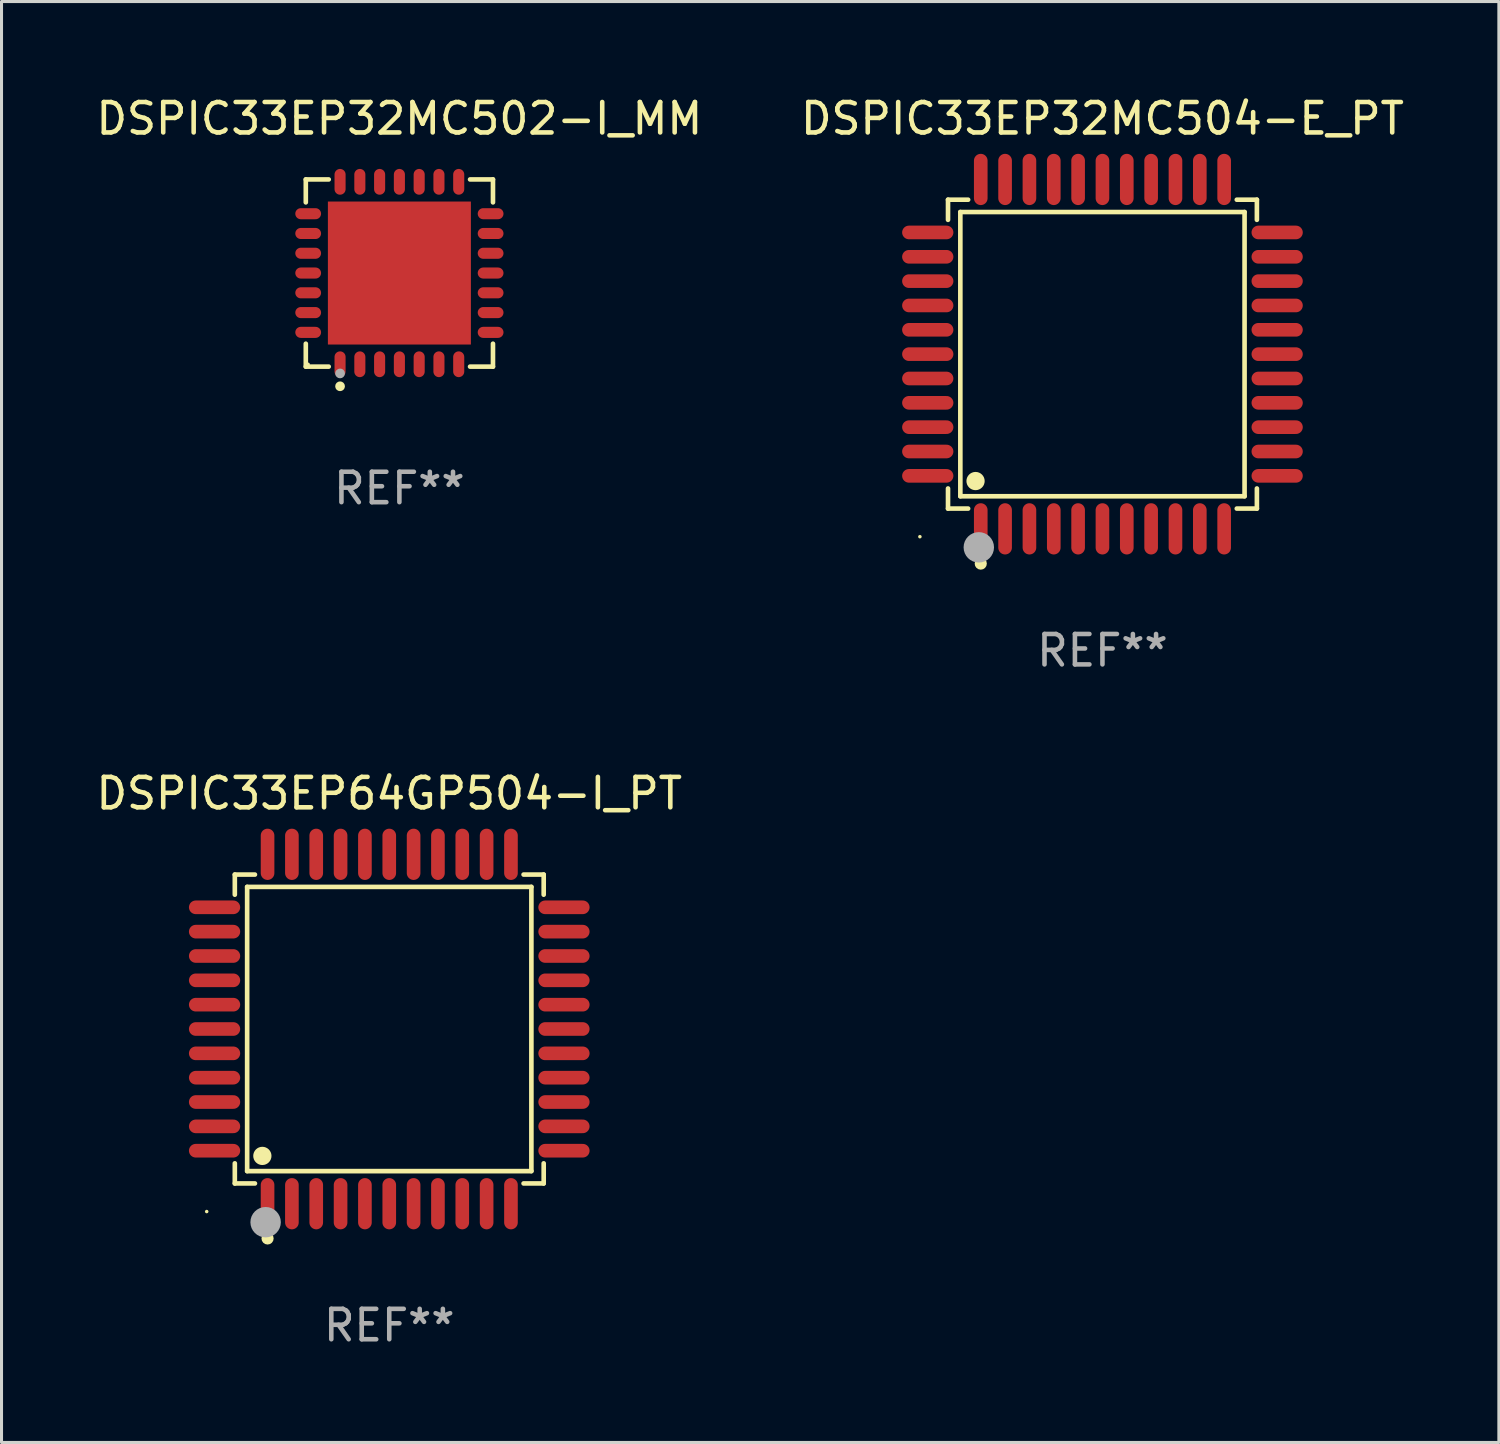
<source format=kicad_pcb>
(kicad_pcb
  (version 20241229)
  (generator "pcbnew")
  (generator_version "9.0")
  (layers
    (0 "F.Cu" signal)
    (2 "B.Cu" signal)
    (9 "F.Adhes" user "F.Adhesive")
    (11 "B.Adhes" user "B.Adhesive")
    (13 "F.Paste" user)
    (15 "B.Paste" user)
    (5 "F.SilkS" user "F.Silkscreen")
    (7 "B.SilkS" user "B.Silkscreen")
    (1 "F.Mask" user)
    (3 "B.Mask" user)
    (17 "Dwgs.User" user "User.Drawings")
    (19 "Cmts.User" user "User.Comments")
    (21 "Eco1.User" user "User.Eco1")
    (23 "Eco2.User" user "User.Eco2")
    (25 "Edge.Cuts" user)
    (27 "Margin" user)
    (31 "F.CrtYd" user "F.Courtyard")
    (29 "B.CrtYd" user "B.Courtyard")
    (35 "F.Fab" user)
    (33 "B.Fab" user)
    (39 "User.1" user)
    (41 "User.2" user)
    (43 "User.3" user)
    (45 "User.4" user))
  (footprint "DSPIC33EP32MC502-I_MM"
    (layer "F.Cu")
    (at 10.077 5.924)
    (property "Reference" "DSPIC33EP32MC502-I_MM" (at 0 -5.076 0) (layer "F.SilkS") (effects (font (size 1 1) (thickness 0.15))))
    (attr through_hole)
    (fp_line (start -3.076 -3.076) (end -2.323 -3.076) (stroke (width 0.152) (type solid)) (layer "F.SilkS"))
    (fp_line (start -3.076 -2.323) (end -3.076 -3.076) (stroke (width 0.152) (type solid)) (layer "F.SilkS"))
    (fp_line (start -3.076 2.323) (end -3.076 3.076) (stroke (width 0.152) (type solid)) (layer "F.SilkS"))
    (fp_line (start -3.076 3.076) (end -2.323 3.076) (stroke (width 0.152) (type solid)) (layer "F.SilkS"))
    (fp_line (start 3.076 -3.076) (end 2.323 -3.076) (stroke (width 0.152) (type solid)) (layer "F.SilkS"))
    (fp_line (start 3.076 -2.323) (end 3.076 -3.076) (stroke (width 0.152) (type solid)) (layer "F.SilkS"))
    (fp_line (start 3.076 2.323) (end 3.076 3.076) (stroke (width 0.152) (type solid)) (layer "F.SilkS"))
    (fp_line (start 3.076 3.076) (end 2.323 3.076) (stroke (width 0.152) (type solid)) (layer "F.SilkS"))
    (fp_circle (center -3 3) (end -2.97 3) (stroke (width 0.06) (type solid)) (fill no) (layer "F.SilkS"))
    (fp_circle (center -1.95 3.722) (end -1.87 3.722) (stroke (width 0.16) (type solid)) (fill no) (layer "F.SilkS"))
    (fp_circle (center -1.95 3.3) (end -1.87 3.3) (stroke (width 0.16) (type solid)) (fill no) (layer "F.Fab"))
    (fp_text user "REF**" (at 0 7.076 0) (layer "F.Fab") (effects (font (size 1 1) (thickness 0.15))))
    (pad "1" smd oval (at -1.95 2.998) (size 0.364 0.847) (layers "F.Cu" "F.Mask" "F.Paste"))
    (pad "2" smd oval (at -1.3 2.998) (size 0.364 0.847) (layers "F.Cu" "F.Mask" "F.Paste"))
    (pad "3" smd oval (at -0.65 2.998) (size 0.364 0.847) (layers "F.Cu" "F.Mask" "F.Paste"))
    (pad "4" smd oval (at 0 2.998) (size 0.364 0.847) (layers "F.Cu" "F.Mask" "F.Paste"))
    (pad "5" smd oval (at 0.65 2.998) (size 0.364 0.847) (layers "F.Cu" "F.Mask" "F.Paste"))
    (pad "6" smd oval (at 1.3 2.998) (size 0.364 0.847) (layers "F.Cu" "F.Mask" "F.Paste"))
    (pad "7" smd oval (at 1.95 2.998) (size 0.364 0.847) (layers "F.Cu" "F.Mask" "F.Paste"))
    (pad "8" smd oval (at 2.998 1.95) (size 0.847 0.364) (layers "F.Cu" "F.Mask" "F.Paste"))
    (pad "9" smd oval (at 2.998 1.3) (size 0.847 0.364) (layers "F.Cu" "F.Mask" "F.Paste"))
    (pad "10" smd oval (at 2.998 0.65) (size 0.847 0.364) (layers "F.Cu" "F.Mask" "F.Paste"))
    (pad "11" smd oval (at 2.998 0) (size 0.847 0.364) (layers "F.Cu" "F.Mask" "F.Paste"))
    (pad "12" smd oval (at 2.998 -0.65) (size 0.847 0.364) (layers "F.Cu" "F.Mask" "F.Paste"))
    (pad "13" smd oval (at 2.998 -1.3) (size 0.847 0.364) (layers "F.Cu" "F.Mask" "F.Paste"))
    (pad "14" smd oval (at 2.998 -1.95) (size 0.847 0.364) (layers "F.Cu" "F.Mask" "F.Paste"))
    (pad "15" smd oval (at 1.95 -2.998) (size 0.364 0.847) (layers "F.Cu" "F.Mask" "F.Paste"))
    (pad "16" smd oval (at 1.3 -2.998) (size 0.364 0.847) (layers "F.Cu" "F.Mask" "F.Paste"))
    (pad "17" smd oval (at 0.65 -2.998) (size 0.364 0.847) (layers "F.Cu" "F.Mask" "F.Paste"))
    (pad "18" smd oval (at 0 -2.998) (size 0.364 0.847) (layers "F.Cu" "F.Mask" "F.Paste"))
    (pad "19" smd oval (at -0.65 -2.998) (size 0.364 0.847) (layers "F.Cu" "F.Mask" "F.Paste"))
    (pad "20" smd oval (at -1.3 -2.998) (size 0.364 0.847) (layers "F.Cu" "F.Mask" "F.Paste"))
    (pad "21" smd oval (at -1.95 -2.998) (size 0.364 0.847) (layers "F.Cu" "F.Mask" "F.Paste"))
    (pad "22" smd oval (at -2.998 -1.95) (size 0.847 0.364) (layers "F.Cu" "F.Mask" "F.Paste"))
    (pad "23" smd oval (at -2.998 -1.3) (size 0.847 0.364) (layers "F.Cu" "F.Mask" "F.Paste"))
    (pad "24" smd oval (at -2.998 -0.65) (size 0.847 0.364) (layers "F.Cu" "F.Mask" "F.Paste"))
    (pad "25" smd oval (at -2.998 0) (size 0.847 0.364) (layers "F.Cu" "F.Mask" "F.Paste"))
    (pad "26" smd oval (at -2.998 0.65) (size 0.847 0.364) (layers "F.Cu" "F.Mask" "F.Paste"))
    (pad "27" smd oval (at -2.998 1.3) (size 0.847 0.364) (layers "F.Cu" "F.Mask" "F.Paste"))
    (pad "28" smd oval (at -2.998 1.95) (size 0.847 0.364) (layers "F.Cu" "F.Mask" "F.Paste"))
    (pad "29" smd rect (at 0 0) (size 4.7 4.7) (layers "F.Cu" "F.Mask" "F.Paste")))
  (footprint "DSPIC33EP64GP504-I_PT"
    (layer "F.Cu")
    (at 9.744 30.771)
    (property "Reference" "DSPIC33EP64GP504-I_PT" (at 0 -7.742 0) (layer "F.SilkS") (effects (font (size 1 1) (thickness 0.15))))
    (attr through_hole)
    (fp_line (start -5.076 -5.076) (end -4.415 -5.076) (stroke (width 0.152) (type solid)) (layer "F.SilkS"))
    (fp_line (start -5.076 -4.415) (end -5.076 -5.076) (stroke (width 0.152) (type solid)) (layer "F.SilkS"))
    (fp_line (start -5.076 4.415) (end -5.076 5.076) (stroke (width 0.152) (type solid)) (layer "F.SilkS"))
    (fp_line (start -5.076 5.076) (end -4.415 5.076) (stroke (width 0.152) (type solid)) (layer "F.SilkS"))
    (fp_line (start -4.671 -4.671) (end 4.671 -4.671) (stroke (width 0.152) (type solid)) (layer "F.SilkS"))
    (fp_line (start -4.671 4.671) (end -4.671 -4.671) (stroke (width 0.152) (type solid)) (layer "F.SilkS"))
    (fp_line (start 4.671 -4.671) (end 4.671 4.671) (stroke (width 0.152) (type solid)) (layer "F.SilkS"))
    (fp_line (start 4.671 4.671) (end -4.671 4.671) (stroke (width 0.152) (type solid)) (layer "F.SilkS"))
    (fp_line (start 5.076 -5.076) (end 4.415 -5.076) (stroke (width 0.152) (type solid)) (layer "F.SilkS"))
    (fp_line (start 5.076 -4.415) (end 5.076 -5.076) (stroke (width 0.152) (type solid)) (layer "F.SilkS"))
    (fp_line (start 5.076 4.415) (end 5.076 5.076) (stroke (width 0.152) (type solid)) (layer "F.SilkS"))
    (fp_line (start 5.076 5.076) (end 4.415 5.076) (stroke (width 0.152) (type solid)) (layer "F.SilkS"))
    (fp_circle (center -6 6) (end -5.97 6) (stroke (width 0.06) (type solid)) (fill no) (layer "F.SilkS"))
    (fp_circle (center -4.171 4.171) (end -4.021 4.171) (stroke (width 0.3) (type solid)) (fill no) (layer "F.SilkS"))
    (fp_circle (center -4 6.884) (end -3.9 6.884) (stroke (width 0.2) (type solid)) (fill no) (layer "F.SilkS"))
    (fp_circle (center -4.064 6.35) (end -3.814 6.35) (stroke (width 0.5) (type solid)) (fill no) (layer "F.Fab"))
    (fp_text user "REF**" (at 0 9.742 0) (layer "F.Fab") (effects (font (size 1 1) (thickness 0.15))))
    (pad "1" smd oval (at -4 5.742) (size 0.448 1.684) (layers "F.Cu" "F.Mask" "F.Paste"))
    (pad "2" smd oval (at -3.2 5.742) (size 0.448 1.684) (layers "F.Cu" "F.Mask" "F.Paste"))
    (pad "3" smd oval (at -2.4 5.742) (size 0.448 1.684) (layers "F.Cu" "F.Mask" "F.Paste"))
    (pad "4" smd oval (at -1.6 5.742) (size 0.448 1.684) (layers "F.Cu" "F.Mask" "F.Paste"))
    (pad "5" smd oval (at -0.8 5.742) (size 0.448 1.684) (layers "F.Cu" "F.Mask" "F.Paste"))
    (pad "6" smd oval (at 0 5.742) (size 0.448 1.684) (layers "F.Cu" "F.Mask" "F.Paste"))
    (pad "7" smd oval (at 0.8 5.742) (size 0.448 1.684) (layers "F.Cu" "F.Mask" "F.Paste"))
    (pad "8" smd oval (at 1.6 5.742) (size 0.448 1.684) (layers "F.Cu" "F.Mask" "F.Paste"))
    (pad "9" smd oval (at 2.4 5.742) (size 0.448 1.684) (layers "F.Cu" "F.Mask" "F.Paste"))
    (pad "10" smd oval (at 3.2 5.742) (size 0.448 1.684) (layers "F.Cu" "F.Mask" "F.Paste"))
    (pad "11" smd oval (at 4 5.742) (size 0.448 1.684) (layers "F.Cu" "F.Mask" "F.Paste"))
    (pad "12" smd oval (at 5.742 4) (size 1.684 0.448) (layers "F.Cu" "F.Mask" "F.Paste"))
    (pad "13" smd oval (at 5.742 3.2) (size 1.684 0.448) (layers "F.Cu" "F.Mask" "F.Paste"))
    (pad "14" smd oval (at 5.742 2.4) (size 1.684 0.448) (layers "F.Cu" "F.Mask" "F.Paste"))
    (pad "15" smd oval (at 5.742 1.6) (size 1.684 0.448) (layers "F.Cu" "F.Mask" "F.Paste"))
    (pad "16" smd oval (at 5.742 0.8) (size 1.684 0.448) (layers "F.Cu" "F.Mask" "F.Paste"))
    (pad "17" smd oval (at 5.742 0) (size 1.684 0.448) (layers "F.Cu" "F.Mask" "F.Paste"))
    (pad "18" smd oval (at 5.742 -0.8) (size 1.684 0.448) (layers "F.Cu" "F.Mask" "F.Paste"))
    (pad "19" smd oval (at 5.742 -1.6) (size 1.684 0.448) (layers "F.Cu" "F.Mask" "F.Paste"))
    (pad "20" smd oval (at 5.742 -2.4) (size 1.684 0.448) (layers "F.Cu" "F.Mask" "F.Paste"))
    (pad "21" smd oval (at 5.742 -3.2) (size 1.684 0.448) (layers "F.Cu" "F.Mask" "F.Paste"))
    (pad "22" smd oval (at 5.742 -4) (size 1.684 0.448) (layers "F.Cu" "F.Mask" "F.Paste"))
    (pad "23" smd oval (at 4 -5.742) (size 0.448 1.684) (layers "F.Cu" "F.Mask" "F.Paste"))
    (pad "24" smd oval (at 3.2 -5.742) (size 0.448 1.684) (layers "F.Cu" "F.Mask" "F.Paste"))
    (pad "25" smd oval (at 2.4 -5.742) (size 0.448 1.684) (layers "F.Cu" "F.Mask" "F.Paste"))
    (pad "26" smd oval (at 1.6 -5.742) (size 0.448 1.684) (layers "F.Cu" "F.Mask" "F.Paste"))
    (pad "27" smd oval (at 0.8 -5.742) (size 0.448 1.684) (layers "F.Cu" "F.Mask" "F.Paste"))
    (pad "28" smd oval (at 0 -5.742) (size 0.448 1.684) (layers "F.Cu" "F.Mask" "F.Paste"))
    (pad "29" smd oval (at -0.8 -5.742) (size 0.448 1.684) (layers "F.Cu" "F.Mask" "F.Paste"))
    (pad "30" smd oval (at -1.6 -5.742) (size 0.448 1.684) (layers "F.Cu" "F.Mask" "F.Paste"))
    (pad "31" smd oval (at -2.4 -5.742) (size 0.448 1.684) (layers "F.Cu" "F.Mask" "F.Paste"))
    (pad "32" smd oval (at -3.2 -5.742) (size 0.448 1.684) (layers "F.Cu" "F.Mask" "F.Paste"))
    (pad "33" smd oval (at -4 -5.742) (size 0.448 1.684) (layers "F.Cu" "F.Mask" "F.Paste"))
    (pad "34" smd oval (at -5.742 -4) (size 1.684 0.448) (layers "F.Cu" "F.Mask" "F.Paste"))
    (pad "35" smd oval (at -5.742 -3.2) (size 1.684 0.448) (layers "F.Cu" "F.Mask" "F.Paste"))
    (pad "36" smd oval (at -5.742 -2.4) (size 1.684 0.448) (layers "F.Cu" "F.Mask" "F.Paste"))
    (pad "37" smd oval (at -5.742 -1.6) (size 1.684 0.448) (layers "F.Cu" "F.Mask" "F.Paste"))
    (pad "38" smd oval (at -5.742 -0.8) (size 1.684 0.448) (layers "F.Cu" "F.Mask" "F.Paste"))
    (pad "39" smd oval (at -5.742 0) (size 1.684 0.448) (layers "F.Cu" "F.Mask" "F.Paste"))
    (pad "40" smd oval (at -5.742 0.8) (size 1.684 0.448) (layers "F.Cu" "F.Mask" "F.Paste"))
    (pad "41" smd oval (at -5.742 1.6) (size 1.684 0.448) (layers "F.Cu" "F.Mask" "F.Paste"))
    (pad "42" smd oval (at -5.742 2.4) (size 1.684 0.448) (layers "F.Cu" "F.Mask" "F.Paste"))
    (pad "43" smd oval (at -5.742 3.2) (size 1.684 0.448) (layers "F.Cu" "F.Mask" "F.Paste"))
    (pad "44" smd oval (at -5.742 4) (size 1.684 0.448) (layers "F.Cu" "F.Mask" "F.Paste")))
  (footprint "DSPIC33EP32MC504-E_PT"
    (layer "F.Cu")
    (at 33.185 8.59)
    (property "Reference" "DSPIC33EP32MC504-E_PT" (at 0 -7.742 0) (layer "F.SilkS") (effects (font (size 1 1) (thickness 0.15))))
    (attr through_hole)
    (fp_line (start -5.076 -5.076) (end -4.415 -5.076) (stroke (width 0.152) (type solid)) (layer "F.SilkS"))
    (fp_line (start -5.076 -4.415) (end -5.076 -5.076) (stroke (width 0.152) (type solid)) (layer "F.SilkS"))
    (fp_line (start -5.076 4.415) (end -5.076 5.076) (stroke (width 0.152) (type solid)) (layer "F.SilkS"))
    (fp_line (start -5.076 5.076) (end -4.415 5.076) (stroke (width 0.152) (type solid)) (layer "F.SilkS"))
    (fp_line (start -4.671 -4.671) (end 4.671 -4.671) (stroke (width 0.152) (type solid)) (layer "F.SilkS"))
    (fp_line (start -4.671 4.671) (end -4.671 -4.671) (stroke (width 0.152) (type solid)) (layer "F.SilkS"))
    (fp_line (start 4.671 -4.671) (end 4.671 4.671) (stroke (width 0.152) (type solid)) (layer "F.SilkS"))
    (fp_line (start 4.671 4.671) (end -4.671 4.671) (stroke (width 0.152) (type solid)) (layer "F.SilkS"))
    (fp_line (start 5.076 -5.076) (end 4.415 -5.076) (stroke (width 0.152) (type solid)) (layer "F.SilkS"))
    (fp_line (start 5.076 -4.415) (end 5.076 -5.076) (stroke (width 0.152) (type solid)) (layer "F.SilkS"))
    (fp_line (start 5.076 4.415) (end 5.076 5.076) (stroke (width 0.152) (type solid)) (layer "F.SilkS"))
    (fp_line (start 5.076 5.076) (end 4.415 5.076) (stroke (width 0.152) (type solid)) (layer "F.SilkS"))
    (fp_circle (center -6 6) (end -5.97 6) (stroke (width 0.06) (type solid)) (fill no) (layer "F.SilkS"))
    (fp_circle (center -4.171 4.171) (end -4.021 4.171) (stroke (width 0.3) (type solid)) (fill no) (layer "F.SilkS"))
    (fp_circle (center -4 6.884) (end -3.9 6.884) (stroke (width 0.2) (type solid)) (fill no) (layer "F.SilkS"))
    (fp_circle (center -4.064 6.35) (end -3.814 6.35) (stroke (width 0.5) (type solid)) (fill no) (layer "F.Fab"))
    (fp_text user "REF**" (at 0 9.742 0) (layer "F.Fab") (effects (font (size 1 1) (thickness 0.15))))
    (pad "1" smd oval (at -4 5.742) (size 0.448 1.684) (layers "F.Cu" "F.Mask" "F.Paste"))
    (pad "2" smd oval (at -3.2 5.742) (size 0.448 1.684) (layers "F.Cu" "F.Mask" "F.Paste"))
    (pad "3" smd oval (at -2.4 5.742) (size 0.448 1.684) (layers "F.Cu" "F.Mask" "F.Paste"))
    (pad "4" smd oval (at -1.6 5.742) (size 0.448 1.684) (layers "F.Cu" "F.Mask" "F.Paste"))
    (pad "5" smd oval (at -0.8 5.742) (size 0.448 1.684) (layers "F.Cu" "F.Mask" "F.Paste"))
    (pad "6" smd oval (at 0 5.742) (size 0.448 1.684) (layers "F.Cu" "F.Mask" "F.Paste"))
    (pad "7" smd oval (at 0.8 5.742) (size 0.448 1.684) (layers "F.Cu" "F.Mask" "F.Paste"))
    (pad "8" smd oval (at 1.6 5.742) (size 0.448 1.684) (layers "F.Cu" "F.Mask" "F.Paste"))
    (pad "9" smd oval (at 2.4 5.742) (size 0.448 1.684) (layers "F.Cu" "F.Mask" "F.Paste"))
    (pad "10" smd oval (at 3.2 5.742) (size 0.448 1.684) (layers "F.Cu" "F.Mask" "F.Paste"))
    (pad "11" smd oval (at 4 5.742) (size 0.448 1.684) (layers "F.Cu" "F.Mask" "F.Paste"))
    (pad "12" smd oval (at 5.742 4) (size 1.684 0.448) (layers "F.Cu" "F.Mask" "F.Paste"))
    (pad "13" smd oval (at 5.742 3.2) (size 1.684 0.448) (layers "F.Cu" "F.Mask" "F.Paste"))
    (pad "14" smd oval (at 5.742 2.4) (size 1.684 0.448) (layers "F.Cu" "F.Mask" "F.Paste"))
    (pad "15" smd oval (at 5.742 1.6) (size 1.684 0.448) (layers "F.Cu" "F.Mask" "F.Paste"))
    (pad "16" smd oval (at 5.742 0.8) (size 1.684 0.448) (layers "F.Cu" "F.Mask" "F.Paste"))
    (pad "17" smd oval (at 5.742 0) (size 1.684 0.448) (layers "F.Cu" "F.Mask" "F.Paste"))
    (pad "18" smd oval (at 5.742 -0.8) (size 1.684 0.448) (layers "F.Cu" "F.Mask" "F.Paste"))
    (pad "19" smd oval (at 5.742 -1.6) (size 1.684 0.448) (layers "F.Cu" "F.Mask" "F.Paste"))
    (pad "20" smd oval (at 5.742 -2.4) (size 1.684 0.448) (layers "F.Cu" "F.Mask" "F.Paste"))
    (pad "21" smd oval (at 5.742 -3.2) (size 1.684 0.448) (layers "F.Cu" "F.Mask" "F.Paste"))
    (pad "22" smd oval (at 5.742 -4) (size 1.684 0.448) (layers "F.Cu" "F.Mask" "F.Paste"))
    (pad "23" smd oval (at 4 -5.742) (size 0.448 1.684) (layers "F.Cu" "F.Mask" "F.Paste"))
    (pad "24" smd oval (at 3.2 -5.742) (size 0.448 1.684) (layers "F.Cu" "F.Mask" "F.Paste"))
    (pad "25" smd oval (at 2.4 -5.742) (size 0.448 1.684) (layers "F.Cu" "F.Mask" "F.Paste"))
    (pad "26" smd oval (at 1.6 -5.742) (size 0.448 1.684) (layers "F.Cu" "F.Mask" "F.Paste"))
    (pad "27" smd oval (at 0.8 -5.742) (size 0.448 1.684) (layers "F.Cu" "F.Mask" "F.Paste"))
    (pad "28" smd oval (at 0 -5.742) (size 0.448 1.684) (layers "F.Cu" "F.Mask" "F.Paste"))
    (pad "29" smd oval (at -0.8 -5.742) (size 0.448 1.684) (layers "F.Cu" "F.Mask" "F.Paste"))
    (pad "30" smd oval (at -1.6 -5.742) (size 0.448 1.684) (layers "F.Cu" "F.Mask" "F.Paste"))
    (pad "31" smd oval (at -2.4 -5.742) (size 0.448 1.684) (layers "F.Cu" "F.Mask" "F.Paste"))
    (pad "32" smd oval (at -3.2 -5.742) (size 0.448 1.684) (layers "F.Cu" "F.Mask" "F.Paste"))
    (pad "33" smd oval (at -4 -5.742) (size 0.448 1.684) (layers "F.Cu" "F.Mask" "F.Paste"))
    (pad "34" smd oval (at -5.742 -4) (size 1.684 0.448) (layers "F.Cu" "F.Mask" "F.Paste"))
    (pad "35" smd oval (at -5.742 -3.2) (size 1.684 0.448) (layers "F.Cu" "F.Mask" "F.Paste"))
    (pad "36" smd oval (at -5.742 -2.4) (size 1.684 0.448) (layers "F.Cu" "F.Mask" "F.Paste"))
    (pad "37" smd oval (at -5.742 -1.6) (size 1.684 0.448) (layers "F.Cu" "F.Mask" "F.Paste"))
    (pad "38" smd oval (at -5.742 -0.8) (size 1.684 0.448) (layers "F.Cu" "F.Mask" "F.Paste"))
    (pad "39" smd oval (at -5.742 0) (size 1.684 0.448) (layers "F.Cu" "F.Mask" "F.Paste"))
    (pad "40" smd oval (at -5.742 0.8) (size 1.684 0.448) (layers "F.Cu" "F.Mask" "F.Paste"))
    (pad "41" smd oval (at -5.742 1.6) (size 1.684 0.448) (layers "F.Cu" "F.Mask" "F.Paste"))
    (pad "42" smd oval (at -5.742 2.4) (size 1.684 0.448) (layers "F.Cu" "F.Mask" "F.Paste"))
    (pad "43" smd oval (at -5.742 3.2) (size 1.684 0.448) (layers "F.Cu" "F.Mask" "F.Paste"))
    (pad "44" smd oval (at -5.742 4) (size 1.684 0.448) (layers "F.Cu" "F.Mask" "F.Paste")))
  (gr_rect
    (start -3 -3)
    (end 46.214 44.361)
    (stroke (width 0.1) (type default))
    (fill no)
    (layer "Edge.Cuts")))
</source>
